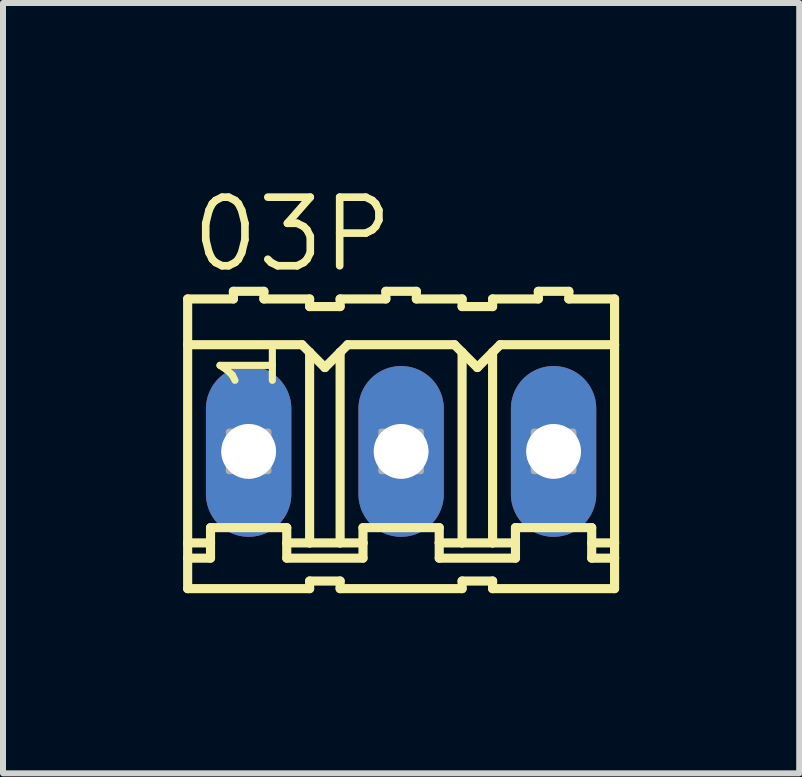
<source format=kicad_pcb>
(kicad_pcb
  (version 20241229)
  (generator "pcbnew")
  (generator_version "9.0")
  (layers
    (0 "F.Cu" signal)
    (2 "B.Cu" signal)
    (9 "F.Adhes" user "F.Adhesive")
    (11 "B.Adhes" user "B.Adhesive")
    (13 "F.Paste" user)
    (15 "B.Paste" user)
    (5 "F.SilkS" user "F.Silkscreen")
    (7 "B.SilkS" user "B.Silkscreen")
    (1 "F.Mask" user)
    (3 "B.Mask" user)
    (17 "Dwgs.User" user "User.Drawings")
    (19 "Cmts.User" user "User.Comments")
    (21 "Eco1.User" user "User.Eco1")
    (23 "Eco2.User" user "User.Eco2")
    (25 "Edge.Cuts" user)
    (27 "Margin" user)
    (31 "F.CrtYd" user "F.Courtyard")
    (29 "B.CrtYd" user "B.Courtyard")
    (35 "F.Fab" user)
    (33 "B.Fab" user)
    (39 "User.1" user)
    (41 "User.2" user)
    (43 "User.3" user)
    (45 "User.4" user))
  (footprint "03P"
    (layer "F.Cu")
    (at 3.632 4.47)
    (property "Reference" "03P" (at -3.556 -2.946 0) (layer "F.SilkS") (effects (font (size 1.143 1.143) (thickness 0.127)) (justify left bottom)))
    (fp_line (start -3.556 -2.54) (end -3.556 -1.778) (stroke (width 0.152) (type solid)) (layer "F.SilkS"))
    (fp_line (start -3.556 -2.54) (end -2.794 -2.54) (stroke (width 0.152) (type solid)) (layer "F.SilkS"))
    (fp_line (start -3.556 -1.778) (end -3.556 1.524) (stroke (width 0.152) (type solid)) (layer "F.SilkS"))
    (fp_line (start -3.556 1.524) (end -3.556 1.778) (stroke (width 0.152) (type solid)) (layer "F.SilkS"))
    (fp_line (start -3.556 1.778) (end -3.556 2.286) (stroke (width 0.152) (type solid)) (layer "F.SilkS"))
    (fp_line (start -3.556 1.778) (end -3.175 1.778) (stroke (width 0.152) (type solid)) (layer "F.SilkS"))
    (fp_line (start -3.175 1.27) (end -1.905 1.27) (stroke (width 0.152) (type solid)) (layer "F.SilkS"))
    (fp_line (start -3.175 1.524) (end -3.556 1.524) (stroke (width 0.152) (type solid)) (layer "F.SilkS"))
    (fp_line (start -3.175 1.524) (end -3.175 1.27) (stroke (width 0.152) (type solid)) (layer "F.SilkS"))
    (fp_line (start -3.175 1.778) (end -3.175 1.524) (stroke (width 0.152) (type solid)) (layer "F.SilkS"))
    (fp_line (start -2.794 -2.54) (end -2.794 -2.667) (stroke (width 0.152) (type solid)) (layer "F.SilkS"))
    (fp_line (start -2.286 -2.667) (end -2.794 -2.667) (stroke (width 0.152) (type solid)) (layer "F.SilkS"))
    (fp_line (start -2.286 -2.54) (end -2.286 -2.667) (stroke (width 0.152) (type solid)) (layer "F.SilkS"))
    (fp_line (start -1.905 1.524) (end -1.905 1.27) (stroke (width 0.152) (type solid)) (layer "F.SilkS"))
    (fp_line (start -1.905 1.524) (end -1.524 1.524) (stroke (width 0.152) (type solid)) (layer "F.SilkS"))
    (fp_line (start -1.905 1.778) (end -1.905 1.524) (stroke (width 0.152) (type solid)) (layer "F.SilkS"))
    (fp_line (start -1.651 -1.778) (end -3.556 -1.778) (stroke (width 0.152) (type solid)) (layer "F.SilkS"))
    (fp_line (start -1.651 -1.778) (end -1.524 -1.651) (stroke (width 0.152) (type solid)) (layer "F.SilkS"))
    (fp_line (start -1.524 -2.54) (end -2.286 -2.54) (stroke (width 0.152) (type solid)) (layer "F.SilkS"))
    (fp_line (start -1.524 -2.413) (end -1.524 -2.54) (stroke (width 0.152) (type solid)) (layer "F.SilkS"))
    (fp_line (start -1.524 -2.413) (end -1.016 -2.413) (stroke (width 0.152) (type solid)) (layer "F.SilkS"))
    (fp_line (start -1.524 -1.651) (end -1.524 1.524) (stroke (width 0.152) (type solid)) (layer "F.SilkS"))
    (fp_line (start -1.524 -1.651) (end -1.27 -1.397) (stroke (width 0.152) (type solid)) (layer "F.SilkS"))
    (fp_line (start -1.524 1.524) (end -1.016 1.524) (stroke (width 0.152) (type solid)) (layer "F.SilkS"))
    (fp_line (start -1.524 2.159) (end -1.524 2.286) (stroke (width 0.152) (type solid)) (layer "F.SilkS"))
    (fp_line (start -1.524 2.286) (end -3.556 2.286) (stroke (width 0.152) (type solid)) (layer "F.SilkS"))
    (fp_line (start -1.27 -1.397) (end -1.016 -1.651) (stroke (width 0.152) (type solid)) (layer "F.SilkS"))
    (fp_line (start -1.016 -2.54) (end -0.254 -2.54) (stroke (width 0.152) (type solid)) (layer "F.SilkS"))
    (fp_line (start -1.016 -2.413) (end -1.016 -2.54) (stroke (width 0.152) (type solid)) (layer "F.SilkS"))
    (fp_line (start -1.016 -1.651) (end -1.016 1.524) (stroke (width 0.152) (type solid)) (layer "F.SilkS"))
    (fp_line (start -1.016 -1.651) (end -0.889 -1.778) (stroke (width 0.152) (type solid)) (layer "F.SilkS"))
    (fp_line (start -1.016 1.524) (end -0.635 1.524) (stroke (width 0.152) (type solid)) (layer "F.SilkS"))
    (fp_line (start -1.016 2.159) (end -1.524 2.159) (stroke (width 0.152) (type solid)) (layer "F.SilkS"))
    (fp_line (start -1.016 2.159) (end -1.016 2.286) (stroke (width 0.152) (type solid)) (layer "F.SilkS"))
    (fp_line (start -1.016 2.286) (end 1.016 2.286) (stroke (width 0.152) (type solid)) (layer "F.SilkS"))
    (fp_line (start -0.889 -1.778) (end 0.889 -1.778) (stroke (width 0.152) (type solid)) (layer "F.SilkS"))
    (fp_line (start -0.635 1.27) (end 0.635 1.27) (stroke (width 0.152) (type solid)) (layer "F.SilkS"))
    (fp_line (start -0.635 1.524) (end -0.635 1.27) (stroke (width 0.152) (type solid)) (layer "F.SilkS"))
    (fp_line (start -0.635 1.778) (end -1.905 1.778) (stroke (width 0.152) (type solid)) (layer "F.SilkS"))
    (fp_line (start -0.635 1.778) (end -0.635 1.524) (stroke (width 0.152) (type solid)) (layer "F.SilkS"))
    (fp_line (start -0.254 -2.54) (end -0.254 -2.667) (stroke (width 0.152) (type solid)) (layer "F.SilkS"))
    (fp_line (start 0.254 -2.667) (end -0.254 -2.667) (stroke (width 0.152) (type solid)) (layer "F.SilkS"))
    (fp_line (start 0.254 -2.54) (end 0.254 -2.667) (stroke (width 0.152) (type solid)) (layer "F.SilkS"))
    (fp_line (start 0.254 -2.54) (end 1.016 -2.54) (stroke (width 0.152) (type solid)) (layer "F.SilkS"))
    (fp_line (start 0.635 1.524) (end 0.635 1.27) (stroke (width 0.152) (type solid)) (layer "F.SilkS"))
    (fp_line (start 0.635 1.524) (end 1.016 1.524) (stroke (width 0.152) (type solid)) (layer "F.SilkS"))
    (fp_line (start 0.635 1.778) (end 0.635 1.524) (stroke (width 0.152) (type solid)) (layer "F.SilkS"))
    (fp_line (start 0.635 1.778) (end 1.905 1.778) (stroke (width 0.152) (type solid)) (layer "F.SilkS"))
    (fp_line (start 0.889 -1.778) (end 1.016 -1.651) (stroke (width 0.152) (type solid)) (layer "F.SilkS"))
    (fp_line (start 1.016 -2.413) (end 1.016 -2.54) (stroke (width 0.152) (type solid)) (layer "F.SilkS"))
    (fp_line (start 1.016 -1.651) (end 1.016 1.524) (stroke (width 0.152) (type solid)) (layer "F.SilkS"))
    (fp_line (start 1.016 -1.651) (end 1.27 -1.397) (stroke (width 0.152) (type solid)) (layer "F.SilkS"))
    (fp_line (start 1.016 1.524) (end 1.524 1.524) (stroke (width 0.152) (type solid)) (layer "F.SilkS"))
    (fp_line (start 1.016 2.159) (end 1.016 2.286) (stroke (width 0.152) (type solid)) (layer "F.SilkS"))
    (fp_line (start 1.27 -1.397) (end 1.524 -1.651) (stroke (width 0.152) (type solid)) (layer "F.SilkS"))
    (fp_line (start 1.524 -2.54) (end 2.286 -2.54) (stroke (width 0.152) (type solid)) (layer "F.SilkS"))
    (fp_line (start 1.524 -2.413) (end 1.016 -2.413) (stroke (width 0.152) (type solid)) (layer "F.SilkS"))
    (fp_line (start 1.524 -2.413) (end 1.524 -2.54) (stroke (width 0.152) (type solid)) (layer "F.SilkS"))
    (fp_line (start 1.524 -1.651) (end 1.524 1.524) (stroke (width 0.152) (type solid)) (layer "F.SilkS"))
    (fp_line (start 1.524 -1.651) (end 1.651 -1.778) (stroke (width 0.152) (type solid)) (layer "F.SilkS"))
    (fp_line (start 1.524 1.524) (end 1.905 1.524) (stroke (width 0.152) (type solid)) (layer "F.SilkS"))
    (fp_line (start 1.524 2.159) (end 1.016 2.159) (stroke (width 0.152) (type solid)) (layer "F.SilkS"))
    (fp_line (start 1.524 2.159) (end 1.524 2.286) (stroke (width 0.152) (type solid)) (layer "F.SilkS"))
    (fp_line (start 1.651 -1.778) (end 3.556 -1.778) (stroke (width 0.152) (type solid)) (layer "F.SilkS"))
    (fp_line (start 1.905 1.27) (end 3.175 1.27) (stroke (width 0.152) (type solid)) (layer "F.SilkS"))
    (fp_line (start 1.905 1.524) (end 1.905 1.27) (stroke (width 0.152) (type solid)) (layer "F.SilkS"))
    (fp_line (start 1.905 1.778) (end 1.905 1.524) (stroke (width 0.152) (type solid)) (layer "F.SilkS"))
    (fp_line (start 2.286 -2.54) (end 2.286 -2.667) (stroke (width 0.152) (type solid)) (layer "F.SilkS"))
    (fp_line (start 2.794 -2.667) (end 2.286 -2.667) (stroke (width 0.152) (type solid)) (layer "F.SilkS"))
    (fp_line (start 2.794 -2.54) (end 2.794 -2.667) (stroke (width 0.152) (type solid)) (layer "F.SilkS"))
    (fp_line (start 2.794 -2.54) (end 3.556 -2.54) (stroke (width 0.152) (type solid)) (layer "F.SilkS"))
    (fp_line (start 3.175 1.524) (end 3.175 1.27) (stroke (width 0.152) (type solid)) (layer "F.SilkS"))
    (fp_line (start 3.175 1.524) (end 3.556 1.524) (stroke (width 0.152) (type solid)) (layer "F.SilkS"))
    (fp_line (start 3.175 1.778) (end 3.175 1.524) (stroke (width 0.152) (type solid)) (layer "F.SilkS"))
    (fp_line (start 3.556 -1.778) (end 3.556 -2.54) (stroke (width 0.152) (type solid)) (layer "F.SilkS"))
    (fp_line (start 3.556 -1.778) (end 3.556 1.524) (stroke (width 0.152) (type solid)) (layer "F.SilkS"))
    (fp_line (start 3.556 1.524) (end 3.556 1.778) (stroke (width 0.152) (type solid)) (layer "F.SilkS"))
    (fp_line (start 3.556 1.778) (end 3.175 1.778) (stroke (width 0.152) (type solid)) (layer "F.SilkS"))
    (fp_line (start 3.556 1.778) (end 3.556 2.286) (stroke (width 0.152) (type solid)) (layer "F.SilkS"))
    (fp_line (start 3.556 2.286) (end 1.524 2.286) (stroke (width 0.152) (type solid)) (layer "F.SilkS"))
    (fp_poly (pts (xy -2.87 0.33) (xy -2.21 0.33) (xy -2.21 -0.33) (xy -2.87 -0.33)) (stroke (width 0.1) (type solid)) (fill no) (layer "F.Fab"))
    (fp_poly (pts (xy -0.33 0.33) (xy 0.33 0.33) (xy 0.33 -0.33) (xy -0.33 -0.33)) (stroke (width 0.1) (type solid)) (fill no) (layer "F.Fab"))
    (fp_poly (pts (xy 2.21 0.33) (xy 2.87 0.33) (xy 2.87 -0.33) (xy 2.21 -0.33)) (stroke (width 0.1) (type solid)) (fill no) (layer "F.Fab"))
    (fp_text user "1" (at -2.032 -0.94 90) (layer "F.SilkS") (effects (font (size 0.872 0.872) (thickness 0.119)) (justify left bottom)))
    (pad "1" thru_hole oval (at -2.54 0 90) (size 2.845 1.422) (drill 0.914) (layers "*.Cu" "*.Mask"))
    (pad "2" thru_hole oval (at 0 0 90) (size 2.845 1.422) (drill 0.914) (layers "*.Cu" "*.Mask"))
    (pad "3" thru_hole oval (at 2.54 0 90) (size 2.845 1.422) (drill 0.914) (layers "*.Cu" "*.Mask")))
  (gr_rect
    (start -3 -3)
    (end 10.264 9.833)
    (stroke (width 0.1) (type default))
    (fill no)
    (layer "Edge.Cuts")))
</source>
